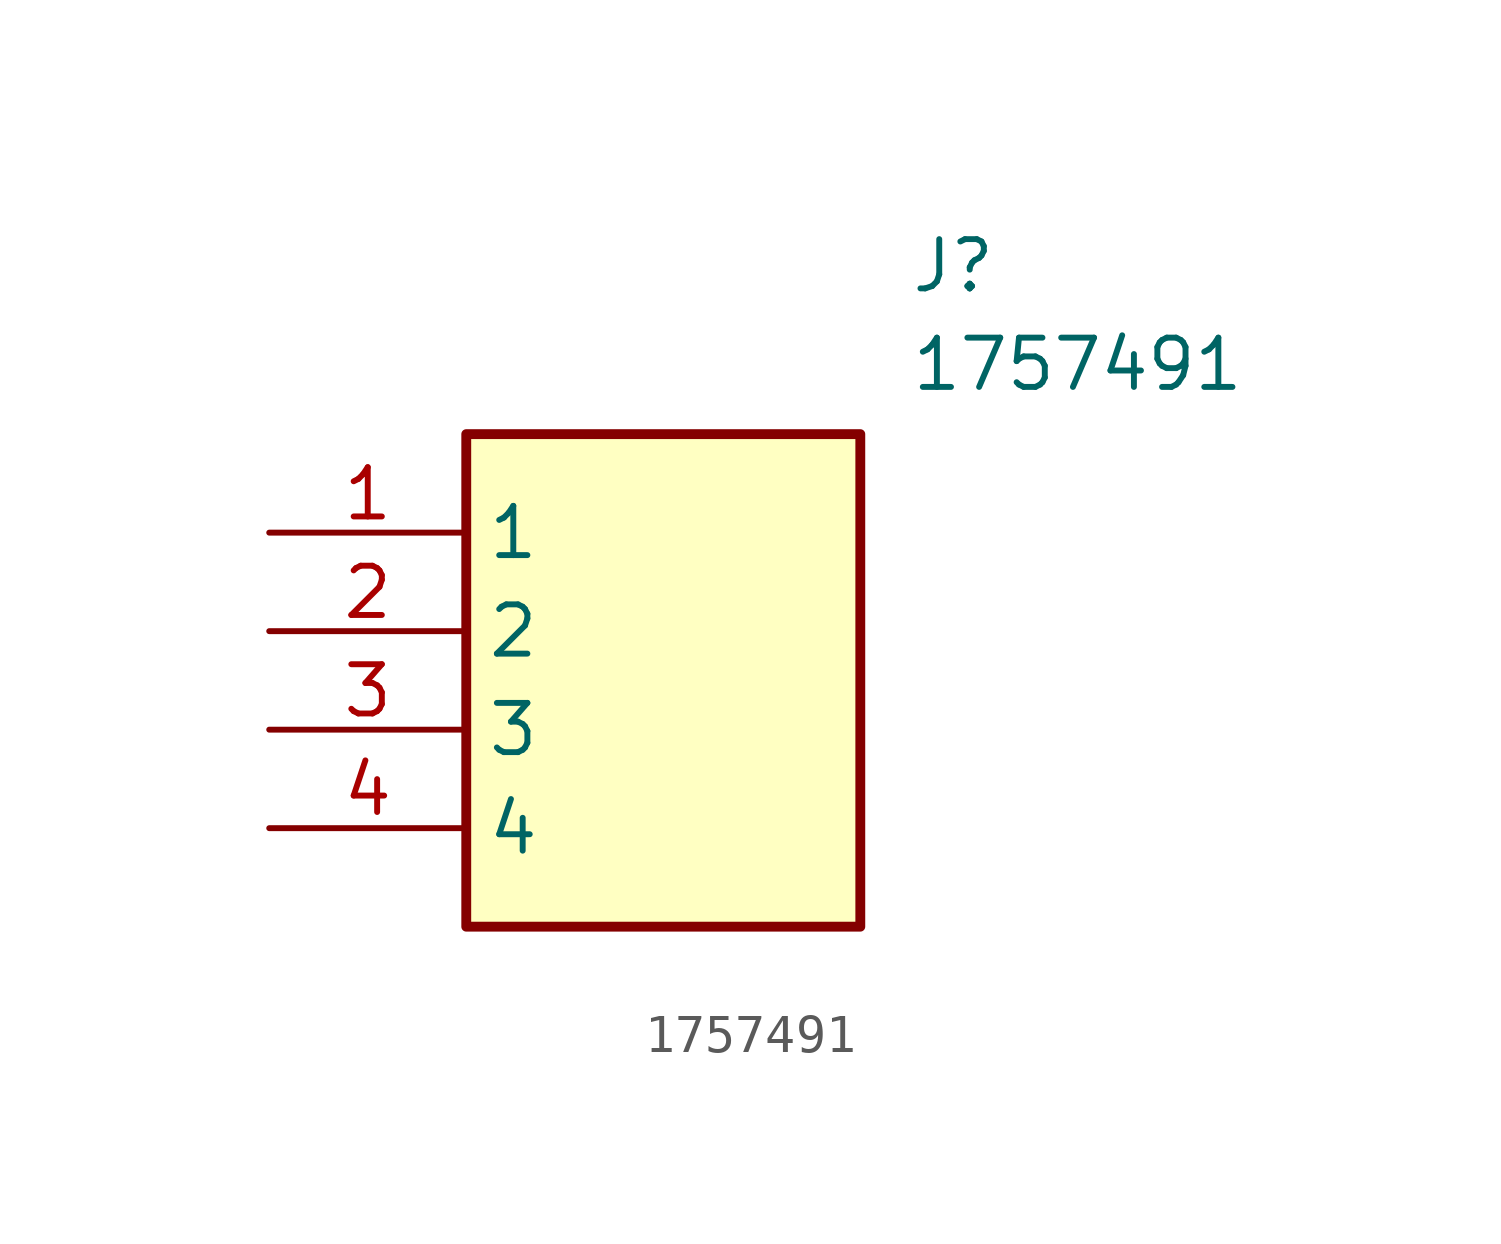
<source format=kicad_sym>
(kicad_symbol_lib
  (version 20211014)
  (generator SamacSys_ECAD_Model)
  (symbol "1757491"
    (property "Reference" "J"
      (at 16.51 7.62 0)
      (effects (font (size 1.27 1.27)) (justify left top)))
    (property "Value" "1757491"
      (at 16.51 5.08 0)
      (effects (font (size 1.27 1.27)) (justify left top)))
    (rectangle
      (start 5.08 2.54)
      (end 15.24 -10.16)
      (stroke (width 0.254) (type default))
      (fill (type background)))
    (pin passive line
      (at 0 0 0)
      (length 5.08)
      (name "1" (effects (font (size 1.27 1.27))))
      (number "1" (effects (font (size 1.27 1.27)))))
    (pin passive line
      (at 0 -2.54 0)
      (length 5.08)
      (name "2" (effects (font (size 1.27 1.27))))
      (number "2" (effects (font (size 1.27 1.27)))))
    (pin passive line
      (at 0 -5.08 0)
      (length 5.08)
      (name "3" (effects (font (size 1.27 1.27))))
      (number "3" (effects (font (size 1.27 1.27)))))
    (pin passive line
      (at 0 -7.62 0)
      (length 5.08)
      (name "4" (effects (font (size 1.27 1.27))))
      (number "4" (effects (font (size 1.27 1.27)))))))
</source>
